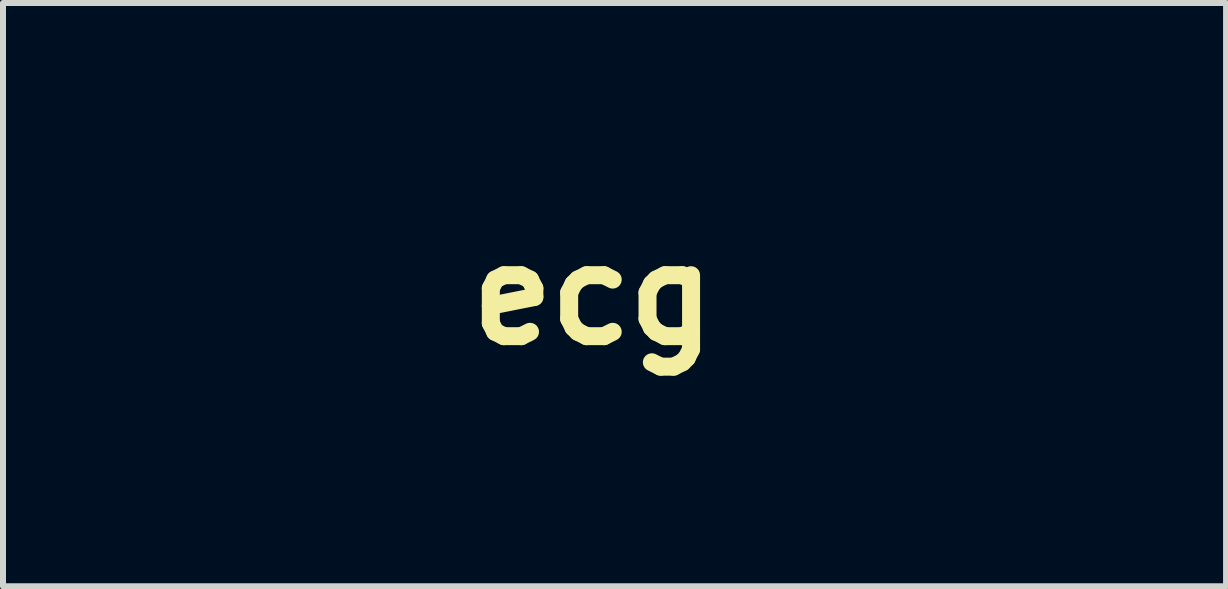
<source format=kicad_pcb>
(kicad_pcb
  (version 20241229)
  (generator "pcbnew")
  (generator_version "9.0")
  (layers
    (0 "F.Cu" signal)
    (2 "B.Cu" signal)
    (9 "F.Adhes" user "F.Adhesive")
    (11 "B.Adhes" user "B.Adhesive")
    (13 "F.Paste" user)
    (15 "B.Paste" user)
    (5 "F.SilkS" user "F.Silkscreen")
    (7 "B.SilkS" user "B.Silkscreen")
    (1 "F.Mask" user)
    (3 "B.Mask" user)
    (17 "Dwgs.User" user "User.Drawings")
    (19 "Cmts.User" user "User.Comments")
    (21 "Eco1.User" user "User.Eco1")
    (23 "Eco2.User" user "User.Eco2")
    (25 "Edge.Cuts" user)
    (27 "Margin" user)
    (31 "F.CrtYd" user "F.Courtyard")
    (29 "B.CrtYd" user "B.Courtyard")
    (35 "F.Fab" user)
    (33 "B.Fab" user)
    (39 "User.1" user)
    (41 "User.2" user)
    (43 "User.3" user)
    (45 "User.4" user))
  (footprint "ecg"
    (layer "F.Cu")
    (at 6.838 1.865)
    (property "Reference" "ecg" (at 0 0 0) (layer "F.SilkS") (effects (font (size 1.524 1.524) (thickness 0.3))))
    (attr through_hole)
    (fp_poly (pts (xy 4.428 -1.84) (xy 4.454 -1.785) (xy 4.481 -1.687) (xy 4.508 -1.537) (xy 4.539 -1.326) (xy 4.576 -1.045) (xy 4.619 -0.685) (xy 4.671 -0.237) (xy 4.698 -0.003) (xy 4.737 0.326) (xy 4.772 0.619) (xy 4.803 0.862) (xy 4.827 1.04) (xy 4.842 1.139) (xy 4.846 1.155) (xy 4.86 1.118) (xy 4.88 1.006) (xy 4.899 0.861) (xy 4.938 0.593) (xy 4.987 0.419) (xy 5.048 0.33) (xy 5.115 0.315) (xy 5.175 0.3) (xy 5.216 0.218) (xy 5.241 0.102) (xy 5.281 -0.116) (xy 5.315 -0.252) (xy 5.351 -0.324) (xy 5.397 -0.352) (xy 5.433 -0.356) (xy 5.493 -0.335) (xy 5.538 -0.261) (xy 5.577 -0.11) (xy 5.586 -0.064) (xy 5.622 0.119) (xy 5.653 0.276) (xy 5.668 0.346) (xy 5.693 0.464) (xy 5.787 0.348) (xy 5.861 0.272) (xy 5.93 0.264) (xy 6.027 0.306) (xy 6.164 0.346) (xy 6.399 0.378) (xy 6.731 0.401) (xy 6.853 0.406) (xy 7.131 0.418) (xy 7.323 0.431) (xy 7.445 0.447) (xy 7.512 0.469) (xy 7.542 0.501) (xy 7.547 0.521) (xy 7.544 0.557) (xy 7.513 0.581) (xy 7.437 0.597) (xy 7.303 0.606) (xy 7.093 0.609) (xy 6.881 0.61) (xy 6.575 0.605) (xy 6.325 0.591) (xy 6.148 0.57) (xy 6.071 0.55) (xy 5.968 0.517) (xy 5.9 0.553) (xy 5.863 0.601) (xy 5.756 0.7) (xy 5.655 0.701) (xy 5.572 0.608) (xy 5.54 0.521) (xy 5.5 0.359) (xy 5.473 0.216) (xy 5.471 0.203) (xy 5.457 0.122) (xy 5.443 0.131) (xy 5.417 0.229) (xy 5.364 0.434) (xy 5.319 0.557) (xy 5.272 0.616) (xy 5.217 0.628) (xy 5.178 0.628) (xy 5.149 0.644) (xy 5.124 0.693) (xy 5.098 0.789) (xy 5.068 0.948) (xy 5.029 1.186) (xy 5.008 1.317) (xy 4.961 1.579) (xy 4.919 1.75) (xy 4.877 1.838) (xy 4.831 1.853) (xy 4.785 1.815) (xy 4.764 1.748) (xy 4.735 1.594) (xy 4.7 1.365) (xy 4.659 1.076) (xy 4.616 0.739) (xy 4.572 0.368) (xy 4.563 0.288) (xy 4.52 -0.081) (xy 4.48 -0.414) (xy 4.442 -0.697) (xy 4.41 -0.919) (xy 4.385 -1.067) (xy 4.369 -1.13) (xy 4.366 -1.13) (xy 4.347 -1.068) (xy 4.32 -0.925) (xy 4.287 -0.722) (xy 4.252 -0.478) (xy 4.246 -0.432) (xy 4.196 -0.06) (xy 4.151 0.221) (xy 4.109 0.423) (xy 4.068 0.556) (xy 4.024 0.631) (xy 3.975 0.659) (xy 3.962 0.66) (xy 3.877 0.612) (xy 3.799 0.478) (xy 3.796 0.472) (xy 3.721 0.283) (xy 3.685 0.45) (xy 3.625 0.595) (xy 3.537 0.649) (xy 3.428 0.608) (xy 3.414 0.596) (xy 3.294 0.547) (xy 3.226 0.561) (xy 3.124 0.581) (xy 2.944 0.595) (xy 2.71 0.603) (xy 2.444 0.606) (xy 2.169 0.604) (xy 1.909 0.597) (xy 1.685 0.584) (xy 1.522 0.567) (xy 1.449 0.55) (xy 1.345 0.517) (xy 1.277 0.553) (xy 1.24 0.601) (xy 1.134 0.7) (xy 1.032 0.701) (xy 0.949 0.608) (xy 0.917 0.521) (xy 0.877 0.359) (xy 0.85 0.216) (xy 0.848 0.203) (xy 0.835 0.122) (xy 0.82 0.131) (xy 0.795 0.229) (xy 0.741 0.434) (xy 0.696 0.557) (xy 0.649 0.616) (xy 0.594 0.628) (xy 0.555 0.628) (xy 0.526 0.644) (xy 0.501 0.693) (xy 0.475 0.79) (xy 0.445 0.949) (xy 0.406 1.187) (xy 0.385 1.315) (xy 0.35 1.523) (xy 0.317 1.691) (xy 0.292 1.795) (xy 0.284 1.816) (xy 0.221 1.823) (xy 0.186 1.814) (xy 0.166 1.801) (xy 0.147 1.776) (xy 0.129 1.727) (xy 0.11 1.645) (xy 0.088 1.522) (xy 0.063 1.348) (xy 0.033 1.114) (xy -0.003 0.81) (xy -0.048 0.426) (xy -0.102 -0.046) (xy -0.123 -0.229) (xy -0.162 -0.552) (xy -0.197 -0.812) (xy -0.228 -1) (xy -0.253 -1.106) (xy -0.269 -1.122) (xy -0.27 -1.118) (xy -0.289 -1.018) (xy -0.317 -0.843) (xy -0.35 -0.618) (xy -0.383 -0.381) (xy -0.433 -0.018) (xy -0.478 0.254) (xy -0.52 0.447) (xy -0.562 0.572) (xy -0.607 0.639) (xy -0.658 0.66) (xy -0.661 0.66) (xy -0.746 0.612) (xy -0.824 0.478) (xy -0.826 0.472) (xy -0.902 0.283) (xy -0.938 0.45) (xy -0.997 0.595) (xy -1.086 0.649) (xy -1.195 0.608) (xy -1.208 0.596) (xy -1.329 0.547) (xy -1.397 0.561) (xy -1.506 0.583) (xy -1.691 0.598) (xy -1.929 0.606) (xy -2.199 0.608) (xy -2.476 0.604) (xy -2.74 0.594) (xy -2.966 0.579) (xy -3.133 0.559) (xy -3.21 0.538) (xy -3.312 0.495) (xy -3.374 0.518) (xy -3.427 0.589) (xy -3.527 0.689) (xy -3.625 0.704) (xy -3.691 0.648) (xy -3.723 0.565) (xy -3.763 0.42) (xy -3.788 0.305) (xy -3.846 0.025) (xy -3.883 0.29) (xy -3.929 0.487) (xy -3.995 0.611) (xy -4.074 0.65) (xy -4.113 0.636) (xy -4.161 0.631) (xy -4.166 0.645) (xy -4.174 0.723) (xy -4.196 0.873) (xy -4.227 1.067) (xy -4.262 1.278) (xy -4.297 1.478) (xy -4.326 1.639) (xy -4.346 1.733) (xy -4.348 1.74) (xy -4.406 1.818) (xy -4.482 1.814) (xy -4.541 1.733) (xy -4.546 1.714) (xy -4.559 1.633) (xy -4.581 1.467) (xy -4.61 1.233) (xy -4.644 0.948) (xy -4.682 0.628) (xy -4.721 0.29) (xy -4.759 -0.048) (xy -4.795 -0.372) (xy -4.827 -0.663) (xy -4.852 -0.906) (xy -4.869 -1.084) (xy -4.877 -1.179) (xy -4.877 -1.185) (xy -4.882 -1.272) (xy -4.898 -1.258) (xy -4.924 -1.145) (xy -4.96 -0.933) (xy -5.006 -0.624) (xy -5.025 -0.491) (xy -5.08 -0.108) (xy -5.127 0.184) (xy -5.169 0.396) (xy -5.209 0.537) (xy -5.249 0.619) (xy -5.292 0.651) (xy -5.319 0.651) (xy -5.4 0.607) (xy -5.469 0.497) (xy -5.515 0.381) (xy -5.542 0.326) (xy -5.567 0.352) (xy -5.597 0.447) (xy -5.661 0.586) (xy -5.747 0.65) (xy -5.835 0.627) (xy -5.866 0.594) (xy -5.926 0.543) (xy -6.016 0.54) (xy -6.114 0.563) (xy -6.288 0.595) (xy -6.473 0.604) (xy -6.644 0.593) (xy -6.772 0.563) (xy -6.831 0.517) (xy -6.833 0.508) (xy -6.809 0.467) (xy -6.728 0.438) (xy -6.573 0.416) (xy -6.426 0.405) (xy -6.229 0.388) (xy -6.069 0.369) (xy -5.976 0.349) (xy -5.967 0.345) (xy -5.882 0.339) (xy -5.841 0.356) (xy -5.782 0.362) (xy -5.733 0.285) (xy -5.717 0.238) (xy -5.645 0.11) (xy -5.553 0.054) (xy -5.465 0.075) (xy -5.406 0.177) (xy -5.406 0.178) (xy -5.37 0.261) (xy -5.333 0.27) (xy -5.314 0.209) (xy -5.285 0.063) (xy -5.248 -0.15) (xy -5.205 -0.415) (xy -5.161 -0.715) (xy -5.159 -0.727) (xy -5.115 -1.031) (xy -5.074 -1.302) (xy -5.039 -1.525) (xy -5.012 -1.682) (xy -4.996 -1.755) (xy -4.996 -1.756) (xy -4.931 -1.822) (xy -4.85 -1.809) (xy -4.808 -1.753) (xy -4.794 -1.683) (xy -4.771 -1.525) (xy -4.739 -1.291) (xy -4.702 -0.996) (xy -4.659 -0.651) (xy -4.613 -0.269) (xy -4.566 0.136) (xy -4.518 0.551) (xy -4.481 0.889) (xy -4.442 1.245) (xy -4.375 0.838) (xy -4.326 0.582) (xy -4.277 0.42) (xy -4.225 0.341) (xy -4.165 0.339) (xy -4.139 0.357) (xy -4.097 0.367) (xy -4.067 0.305) (xy -4.04 0.158) (xy -4.037 0.142) (xy -3.993 -0.111) (xy -3.941 -0.271) (xy -3.876 -0.347) (xy -3.839 -0.356) (xy -3.774 -0.307) (xy -3.714 -0.159) (xy -3.658 0.088) (xy -3.628 0.278) (xy -3.605 0.424) (xy -3.584 0.483) (xy -3.553 0.469) (xy -3.517 0.418) (xy -3.423 0.338) (xy -3.305 0.305) (xy -3.203 0.327) (xy -3.175 0.356) (xy -3.113 0.376) (xy -2.971 0.391) (xy -2.767 0.401) (xy -2.523 0.406) (xy -2.259 0.406) (xy -1.994 0.401) (xy -1.751 0.391) (xy -1.548 0.376) (xy -1.406 0.357) (xy -1.369 0.347) (xy -1.247 0.314) (xy -1.189 0.329) (xy -1.18 0.347) (xy -1.139 0.387) (xy -1.093 0.353) (xy -1.067 0.268) (xy -1.067 0.255) (xy -1.033 0.141) (xy -0.952 0.055) (xy -0.858 0.027) (xy -0.84 0.032) (xy -0.78 0.097) (xy -0.733 0.215) (xy -0.732 0.22) (xy -0.716 0.287) (xy -0.702 0.324) (xy -0.687 0.321) (xy -0.67 0.269) (xy -0.647 0.157) (xy -0.617 -0.023) (xy -0.578 -0.283) (xy -0.526 -0.631) (xy -0.513 -0.722) (xy -0.466 -1.031) (xy -0.422 -1.306) (xy -0.384 -1.532) (xy -0.353 -1.693) (xy -0.334 -1.771) (xy -0.332 -1.774) (xy -0.262 -1.829) (xy -0.19 -1.796) (xy -0.138 -1.687) (xy -0.133 -1.664) (xy -0.119 -1.569) (xy -0.095 -1.389) (xy -0.064 -1.14) (xy -0.026 -0.836) (xy 0.015 -0.493) (xy 0.052 -0.181) (xy 0.094 0.173) (xy 0.133 0.493) (xy 0.167 0.764) (xy 0.195 0.974) (xy 0.214 1.108) (xy 0.223 1.155) (xy 0.237 1.118) (xy 0.257 1.006) (xy 0.276 0.861) (xy 0.315 0.593) (xy 0.364 0.419) (xy 0.425 0.33) (xy 0.492 0.315) (xy 0.552 0.3) (xy 0.593 0.218) (xy 0.618 0.102) (xy 0.659 -0.118) (xy 0.693 -0.255) (xy 0.728 -0.328) (xy 0.769 -0.354) (xy 0.787 -0.356) (xy 0.869 -0.317) (xy 0.934 -0.194) (xy 0.984 0.02) (xy 0.993 0.076) (xy 1.022 0.246) (xy 1.053 0.387) (xy 1.067 0.431) (xy 1.097 0.499) (xy 1.12 0.476) (xy 1.139 0.418) (xy 1.212 0.335) (xy 1.332 0.301) (xy 1.456 0.324) (xy 1.506 0.358) (xy 1.583 0.38) (xy 1.757 0.392) (xy 2.025 0.394) (xy 2.367 0.387) (xy 2.735 0.376) (xy 3.014 0.365) (xy 3.219 0.352) (xy 3.361 0.335) (xy 3.456 0.31) (xy 3.515 0.276) (xy 3.553 0.229) (xy 3.582 0.168) (xy 3.587 0.157) (xy 3.667 0.036) (xy 3.755 0.013) (xy 3.841 0.087) (xy 3.896 0.204) (xy 3.935 0.305) (xy 3.958 0.337) (xy 3.96 0.33) (xy 3.975 0.173) (xy 4.003 -0.045) (xy 4.041 -0.306) (xy 4.085 -0.591) (xy 4.134 -0.884) (xy 4.183 -1.167) (xy 4.23 -1.42) (xy 4.272 -1.628) (xy 4.306 -1.772) (xy 4.328 -1.835) (xy 4.329 -1.836) (xy 4.367 -1.856) (xy 4.399 -1.86) (xy 4.428 -1.84)) (stroke (width 0.01) (type solid)) (fill yes) (layer "F.Mask")))
  (gr_rect
    (start -3 -3)
    (end 17.39 6.724)
    (stroke (width 0.1) (type default))
    (fill no)
    (layer "Edge.Cuts")))
</source>
